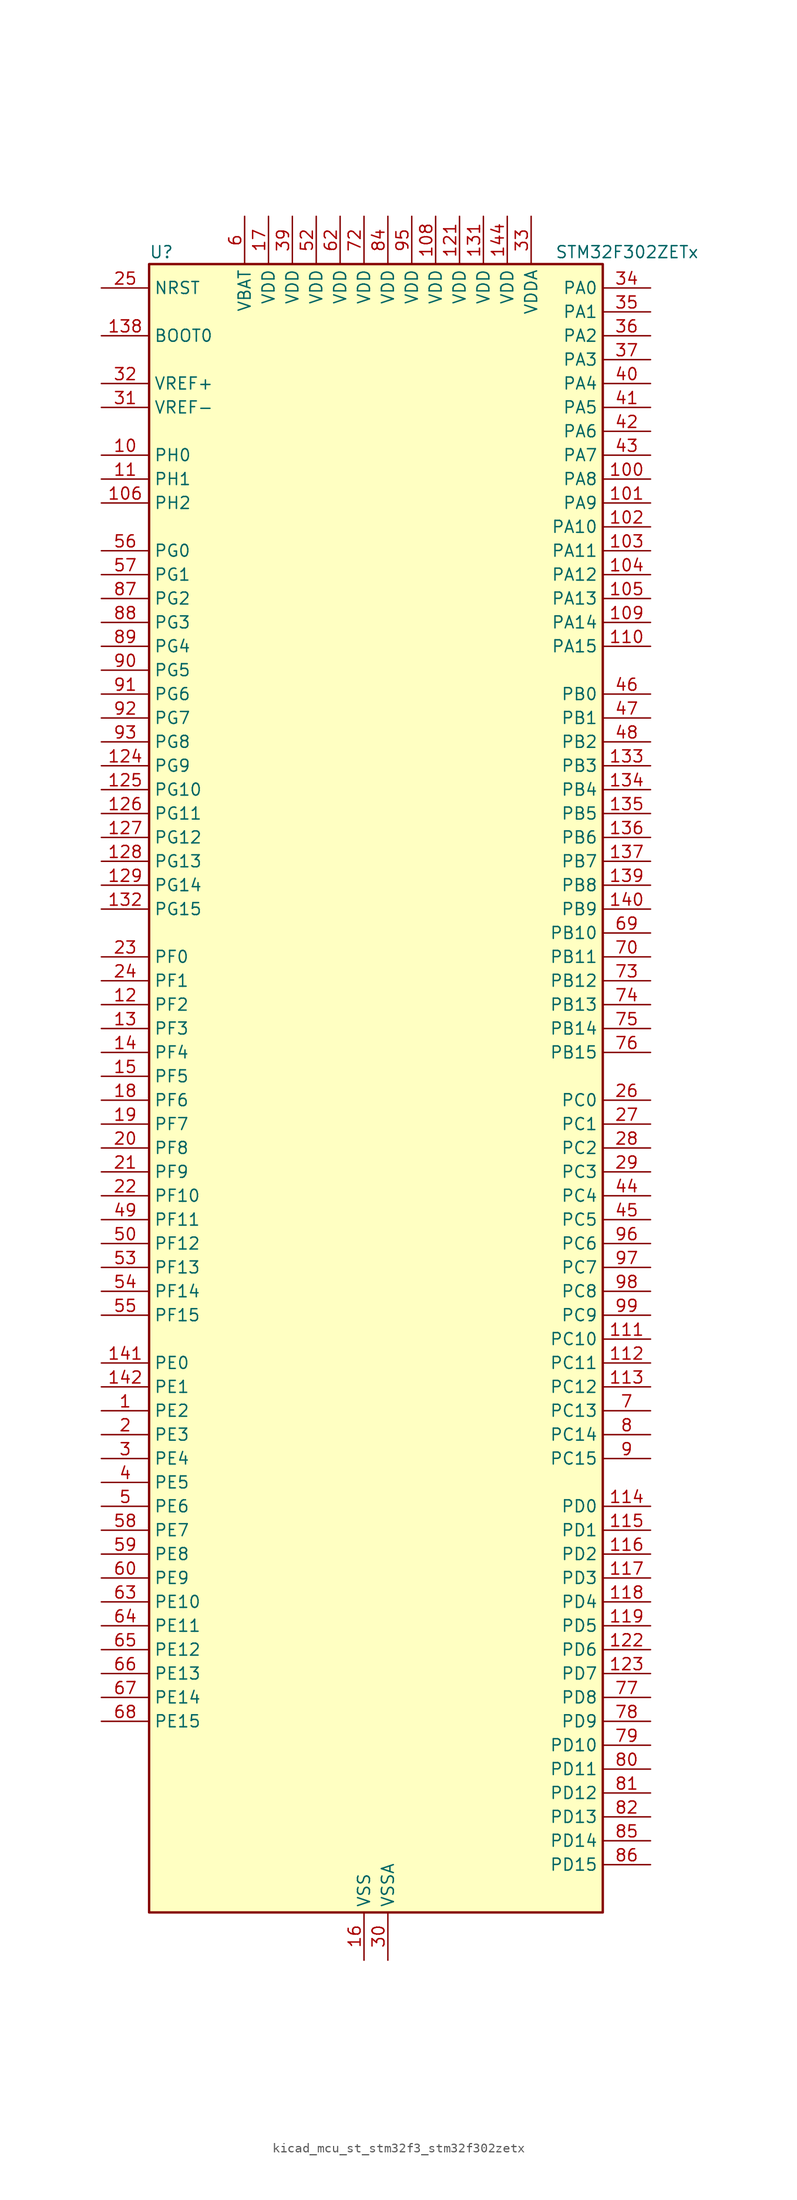
<source format=kicad_sym>
(kicad_symbol_lib
  (version 20220914)
  (generator kicad_symbol_editor)
  (symbol "kicad_mcu_st_stm32f3_stm32f302zetx"
    (property "Reference" "U"
      (at -22.86 90.17 0)
      (effects (font (size 1.27 1.27)) (justify left)))
    (property "Value" "STM32F302ZETx"
      (at 20.32 90.17 0)
      (effects (font (size 1.27 1.27)) (justify left)))
    (property "ki_locked" ""
      (at 0 0 0)
      (effects (font (size 1.27 1.27))))
    (symbol "kicad_mcu_st_stm32f3_stm32f302zetx_0_1"
      (rectangle (start -22.86 -86.36) (end 25.4 88.9) (stroke (width 0.254) (type default)) (fill (type background))))
    (symbol "kicad_mcu_st_stm32f3_stm32f302zetx_1_1"
      (pin bidirectional line (at -27.94 -33.02 0) (length 5.08) (name "PE2" (effects (font (size 1.27 1.27)))) (number "1" (effects (font (size 1.27 1.27)))) (alternate "FMC_A23" bidirectional line) (alternate "SPI4_SCK" bidirectional line) (alternate "SYS_TRACECK" bidirectional line) (alternate "TIM3_CH1" bidirectional line) (alternate "TSC_G7_IO1" bidirectional line))
      (pin bidirectional line (at -27.94 68.58 0) (length 5.08) (name "PH0" (effects (font (size 1.27 1.27)))) (number "10" (effects (font (size 1.27 1.27)))) (alternate "FMC_A0" bidirectional line))
      (pin bidirectional line (at 30.48 66.04 180) (length 5.08) (name "PA8" (effects (font (size 1.27 1.27)))) (number "100" (effects (font (size 1.27 1.27)))) (alternate "I2C2_SMBA" bidirectional line) (alternate "I2C3_SCL" bidirectional line) (alternate "I2S2_MCK" bidirectional line) (alternate "RCC_MCO" bidirectional line) (alternate "TIM1_CH1" bidirectional line) (alternate "TIM4_ETR" bidirectional line) (alternate "USART1_CK" bidirectional line))
      (pin bidirectional line (at 30.48 63.5 180) (length 5.08) (name "PA9" (effects (font (size 1.27 1.27)))) (number "101" (effects (font (size 1.27 1.27)))) (alternate "DAC1_EXTI9" bidirectional line) (alternate "I2C2_SCL" bidirectional line) (alternate "I2C3_SMBA" bidirectional line) (alternate "I2S3_MCK" bidirectional line) (alternate "TIM15_BKIN" bidirectional line) (alternate "TIM1_CH2" bidirectional line) (alternate "TIM2_CH3" bidirectional line) (alternate "TSC_G4_IO1" bidirectional line) (alternate "USART1_TX" bidirectional line))
      (pin bidirectional line (at 30.48 60.96 180) (length 5.08) (name "PA10" (effects (font (size 1.27 1.27)))) (number "102" (effects (font (size 1.27 1.27)))) (alternate "COMP6_OUT" bidirectional line) (alternate "I2C2_SDA" bidirectional line) (alternate "I2S2_ext_SD" bidirectional line) (alternate "SPI2_MISO" bidirectional line) (alternate "TIM17_BKIN" bidirectional line) (alternate "TIM1_CH3" bidirectional line) (alternate "TIM2_CH4" bidirectional line) (alternate "TSC_G4_IO2" bidirectional line) (alternate "USART1_RX" bidirectional line))
      (pin bidirectional line (at 30.48 58.42 180) (length 5.08) (name "PA11" (effects (font (size 1.27 1.27)))) (number "103" (effects (font (size 1.27 1.27)))) (alternate "ADC1_EXTI11" bidirectional line) (alternate "ADC2_EXTI11" bidirectional line) (alternate "CAN_RX" bidirectional line) (alternate "COMP1_OUT" bidirectional line) (alternate "I2S2_SD" bidirectional line) (alternate "SPI2_MOSI" bidirectional line) (alternate "TIM1_BKIN2" bidirectional line) (alternate "TIM1_CH1N" bidirectional line) (alternate "TIM1_CH4" bidirectional line) (alternate "TIM4_CH1" bidirectional line) (alternate "USART1_CTS" bidirectional line) (alternate "USB_DM" bidirectional line))
      (pin bidirectional line (at 30.48 55.88 180) (length 5.08) (name "PA12" (effects (font (size 1.27 1.27)))) (number "104" (effects (font (size 1.27 1.27)))) (alternate "CAN_TX" bidirectional line) (alternate "COMP2_OUT" bidirectional line) (alternate "I2S_CKIN" bidirectional line) (alternate "TIM16_CH1" bidirectional line) (alternate "TIM1_CH2N" bidirectional line) (alternate "TIM1_ETR" bidirectional line) (alternate "TIM4_CH2" bidirectional line) (alternate "USART1_DE" bidirectional line) (alternate "USART1_RTS" bidirectional line) (alternate "USB_DP" bidirectional line))
      (pin bidirectional line (at 30.48 53.34 180) (length 5.08) (name "PA13" (effects (font (size 1.27 1.27)))) (number "105" (effects (font (size 1.27 1.27)))) (alternate "IR_OUT" bidirectional line) (alternate "SYS_JTMS-SWDIO" bidirectional line) (alternate "TIM16_CH1N" bidirectional line) (alternate "TIM4_CH3" bidirectional line) (alternate "TSC_G4_IO3" bidirectional line) (alternate "USART3_CTS" bidirectional line))
      (pin bidirectional line (at -27.94 63.5 0) (length 5.08) (name "PH2" (effects (font (size 1.27 1.27)))) (number "106" (effects (font (size 1.27 1.27)))))
      (pin passive line (at 0 -91.44 90) (length 5.08) hide (name "VSS" (effects (font (size 1.27 1.27)))) (number "107" (effects (font (size 1.27 1.27)))))
      (pin power_in line (at 7.62 93.98 270) (length 5.08) (name "VDD" (effects (font (size 1.27 1.27)))) (number "108" (effects (font (size 1.27 1.27)))))
      (pin bidirectional line (at 30.48 50.8 180) (length 5.08) (name "PA14" (effects (font (size 1.27 1.27)))) (number "109" (effects (font (size 1.27 1.27)))) (alternate "I2C1_SDA" bidirectional line) (alternate "SYS_JTCK-SWCLK" bidirectional line) (alternate "TIM1_BKIN" bidirectional line) (alternate "TSC_G4_IO4" bidirectional line) (alternate "USART2_TX" bidirectional line))
      (pin bidirectional line (at -27.94 66.04 0) (length 5.08) (name "PH1" (effects (font (size 1.27 1.27)))) (number "11" (effects (font (size 1.27 1.27)))) (alternate "FMC_A1" bidirectional line))
      (pin bidirectional line (at 30.48 48.26 180) (length 5.08) (name "PA15" (effects (font (size 1.27 1.27)))) (number "110" (effects (font (size 1.27 1.27)))) (alternate "ADC1_EXTI15" bidirectional line) (alternate "ADC2_EXTI15" bidirectional line) (alternate "I2C1_SCL" bidirectional line) (alternate "I2S3_WS" bidirectional line) (alternate "SPI1_NSS" bidirectional line) (alternate "SPI3_NSS" bidirectional line) (alternate "SYS_JTDI" bidirectional line) (alternate "TIM1_BKIN" bidirectional line) (alternate "TIM2_CH1" bidirectional line) (alternate "TIM2_ETR" bidirectional line) (alternate "TSC_SYNC" bidirectional line) (alternate "USART2_RX" bidirectional line))
      (pin bidirectional line (at 30.48 -25.4 180) (length 5.08) (name "PC10" (effects (font (size 1.27 1.27)))) (number "111" (effects (font (size 1.27 1.27)))) (alternate "I2S3_CK" bidirectional line) (alternate "SPI3_SCK" bidirectional line) (alternate "UART4_TX" bidirectional line) (alternate "USART3_TX" bidirectional line))
      (pin bidirectional line (at 30.48 -27.94 180) (length 5.08) (name "PC11" (effects (font (size 1.27 1.27)))) (number "112" (effects (font (size 1.27 1.27)))) (alternate "ADC1_EXTI11" bidirectional line) (alternate "ADC2_EXTI11" bidirectional line) (alternate "I2S3_ext_SD" bidirectional line) (alternate "SPI3_MISO" bidirectional line) (alternate "UART4_RX" bidirectional line) (alternate "USART3_RX" bidirectional line))
      (pin bidirectional line (at 30.48 -30.48 180) (length 5.08) (name "PC12" (effects (font (size 1.27 1.27)))) (number "113" (effects (font (size 1.27 1.27)))) (alternate "I2S3_SD" bidirectional line) (alternate "SPI3_MOSI" bidirectional line) (alternate "UART5_TX" bidirectional line) (alternate "USART3_CK" bidirectional line))
      (pin bidirectional line (at 30.48 -43.18 180) (length 5.08) (name "PD0" (effects (font (size 1.27 1.27)))) (number "114" (effects (font (size 1.27 1.27)))) (alternate "CAN_RX" bidirectional line) (alternate "FMC_D2" bidirectional line) (alternate "FMC_DA2" bidirectional line))
      (pin bidirectional line (at 30.48 -45.72 180) (length 5.08) (name "PD1" (effects (font (size 1.27 1.27)))) (number "115" (effects (font (size 1.27 1.27)))) (alternate "CAN_TX" bidirectional line) (alternate "FMC_D3" bidirectional line) (alternate "FMC_DA3" bidirectional line))
      (pin bidirectional line (at 30.48 -48.26 180) (length 5.08) (name "PD2" (effects (font (size 1.27 1.27)))) (number "116" (effects (font (size 1.27 1.27)))) (alternate "TIM3_ETR" bidirectional line) (alternate "UART5_RX" bidirectional line))
      (pin bidirectional line (at 30.48 -50.8 180) (length 5.08) (name "PD3" (effects (font (size 1.27 1.27)))) (number "117" (effects (font (size 1.27 1.27)))) (alternate "FMC_CLK" bidirectional line) (alternate "TIM2_CH1" bidirectional line) (alternate "TIM2_ETR" bidirectional line) (alternate "USART2_CTS" bidirectional line))
      (pin bidirectional line (at 30.48 -53.34 180) (length 5.08) (name "PD4" (effects (font (size 1.27 1.27)))) (number "118" (effects (font (size 1.27 1.27)))) (alternate "FMC_NOE" bidirectional line) (alternate "TIM2_CH2" bidirectional line) (alternate "USART2_DE" bidirectional line) (alternate "USART2_RTS" bidirectional line))
      (pin bidirectional line (at 30.48 -55.88 180) (length 5.08) (name "PD5" (effects (font (size 1.27 1.27)))) (number "119" (effects (font (size 1.27 1.27)))) (alternate "FMC_NWE" bidirectional line) (alternate "USART2_TX" bidirectional line))
      (pin bidirectional line (at -27.94 10.16 0) (length 5.08) (name "PF2" (effects (font (size 1.27 1.27)))) (number "12" (effects (font (size 1.27 1.27)))) (alternate "ADC1_IN10" bidirectional line) (alternate "ADC2_IN10" bidirectional line) (alternate "FMC_A2" bidirectional line))
      (pin passive line (at 0 -91.44 90) (length 5.08) hide (name "VSS" (effects (font (size 1.27 1.27)))) (number "120" (effects (font (size 1.27 1.27)))))
      (pin power_in line (at 10.16 93.98 270) (length 5.08) (name "VDD" (effects (font (size 1.27 1.27)))) (number "121" (effects (font (size 1.27 1.27)))))
      (pin bidirectional line (at 30.48 -58.42 180) (length 5.08) (name "PD6" (effects (font (size 1.27 1.27)))) (number "122" (effects (font (size 1.27 1.27)))) (alternate "FMC_NWAIT" bidirectional line) (alternate "TIM2_CH4" bidirectional line) (alternate "USART2_RX" bidirectional line))
      (pin bidirectional line (at 30.48 -60.96 180) (length 5.08) (name "PD7" (effects (font (size 1.27 1.27)))) (number "123" (effects (font (size 1.27 1.27)))) (alternate "FMC_NCE2" bidirectional line) (alternate "FMC_NE1" bidirectional line) (alternate "TIM2_CH3" bidirectional line) (alternate "USART2_CK" bidirectional line))
      (pin bidirectional line (at -27.94 35.56 0) (length 5.08) (name "PG9" (effects (font (size 1.27 1.27)))) (number "124" (effects (font (size 1.27 1.27)))) (alternate "DAC1_EXTI9" bidirectional line) (alternate "FMC_NCE3" bidirectional line) (alternate "FMC_NE2" bidirectional line))
      (pin bidirectional line (at -27.94 33.02 0) (length 5.08) (name "PG10" (effects (font (size 1.27 1.27)))) (number "125" (effects (font (size 1.27 1.27)))) (alternate "FMC_NCE4_1" bidirectional line) (alternate "FMC_NE3" bidirectional line))
      (pin bidirectional line (at -27.94 30.48 0) (length 5.08) (name "PG11" (effects (font (size 1.27 1.27)))) (number "126" (effects (font (size 1.27 1.27)))) (alternate "ADC1_EXTI11" bidirectional line) (alternate "ADC2_EXTI11" bidirectional line) (alternate "FMC_NCE4_2" bidirectional line))
      (pin bidirectional line (at -27.94 27.94 0) (length 5.08) (name "PG12" (effects (font (size 1.27 1.27)))) (number "127" (effects (font (size 1.27 1.27)))) (alternate "FMC_NE4" bidirectional line))
      (pin bidirectional line (at -27.94 25.4 0) (length 5.08) (name "PG13" (effects (font (size 1.27 1.27)))) (number "128" (effects (font (size 1.27 1.27)))) (alternate "FMC_A24" bidirectional line))
      (pin bidirectional line (at -27.94 22.86 0) (length 5.08) (name "PG14" (effects (font (size 1.27 1.27)))) (number "129" (effects (font (size 1.27 1.27)))) (alternate "FMC_A25" bidirectional line))
      (pin bidirectional line (at -27.94 7.62 0) (length 5.08) (name "PF3" (effects (font (size 1.27 1.27)))) (number "13" (effects (font (size 1.27 1.27)))) (alternate "FMC_A3" bidirectional line))
      (pin passive line (at 0 -91.44 90) (length 5.08) hide (name "VSS" (effects (font (size 1.27 1.27)))) (number "130" (effects (font (size 1.27 1.27)))))
      (pin power_in line (at 12.7 93.98 270) (length 5.08) (name "VDD" (effects (font (size 1.27 1.27)))) (number "131" (effects (font (size 1.27 1.27)))))
      (pin bidirectional line (at -27.94 20.32 0) (length 5.08) (name "PG15" (effects (font (size 1.27 1.27)))) (number "132" (effects (font (size 1.27 1.27)))) (alternate "ADC1_EXTI15" bidirectional line) (alternate "ADC2_EXTI15" bidirectional line))
      (pin bidirectional line (at 30.48 35.56 180) (length 5.08) (name "PB3" (effects (font (size 1.27 1.27)))) (number "133" (effects (font (size 1.27 1.27)))) (alternate "I2S3_CK" bidirectional line) (alternate "SPI1_SCK" bidirectional line) (alternate "SPI3_SCK" bidirectional line) (alternate "SYS_JTDO-TRACESWO" bidirectional line) (alternate "TIM2_CH2" bidirectional line) (alternate "TIM3_ETR" bidirectional line) (alternate "TIM4_ETR" bidirectional line) (alternate "TSC_G5_IO1" bidirectional line) (alternate "USART2_TX" bidirectional line))
      (pin bidirectional line (at 30.48 33.02 180) (length 5.08) (name "PB4" (effects (font (size 1.27 1.27)))) (number "134" (effects (font (size 1.27 1.27)))) (alternate "I2S3_ext_SD" bidirectional line) (alternate "SPI1_MISO" bidirectional line) (alternate "SPI3_MISO" bidirectional line) (alternate "SYS_NJTRST" bidirectional line) (alternate "TIM16_CH1" bidirectional line) (alternate "TIM17_BKIN" bidirectional line) (alternate "TIM3_CH1" bidirectional line) (alternate "TSC_G5_IO2" bidirectional line) (alternate "USART2_RX" bidirectional line))
      (pin bidirectional line (at 30.48 30.48 180) (length 5.08) (name "PB5" (effects (font (size 1.27 1.27)))) (number "135" (effects (font (size 1.27 1.27)))) (alternate "I2C1_SMBA" bidirectional line) (alternate "I2C3_SDA" bidirectional line) (alternate "I2S3_SD" bidirectional line) (alternate "SPI1_MOSI" bidirectional line) (alternate "SPI3_MOSI" bidirectional line) (alternate "TIM16_BKIN" bidirectional line) (alternate "TIM17_CH1" bidirectional line) (alternate "TIM3_CH2" bidirectional line) (alternate "USART2_CK" bidirectional line))
      (pin bidirectional line (at 30.48 27.94 180) (length 5.08) (name "PB6" (effects (font (size 1.27 1.27)))) (number "136" (effects (font (size 1.27 1.27)))) (alternate "I2C1_SCL" bidirectional line) (alternate "TIM16_CH1N" bidirectional line) (alternate "TIM4_CH1" bidirectional line) (alternate "TSC_G5_IO3" bidirectional line) (alternate "USART1_TX" bidirectional line))
      (pin bidirectional line (at 30.48 25.4 180) (length 5.08) (name "PB7" (effects (font (size 1.27 1.27)))) (number "137" (effects (font (size 1.27 1.27)))) (alternate "FMC_NL" bidirectional line) (alternate "I2C1_SDA" bidirectional line) (alternate "TIM17_CH1N" bidirectional line) (alternate "TIM3_CH4" bidirectional line) (alternate "TIM4_CH2" bidirectional line) (alternate "TSC_G5_IO4" bidirectional line) (alternate "USART1_RX" bidirectional line))
      (pin input line (at -27.94 81.28 0) (length 5.08) (name "BOOT0" (effects (font (size 1.27 1.27)))) (number "138" (effects (font (size 1.27 1.27)))))
      (pin bidirectional line (at 30.48 22.86 180) (length 5.08) (name "PB8" (effects (font (size 1.27 1.27)))) (number "139" (effects (font (size 1.27 1.27)))) (alternate "CAN_RX" bidirectional line) (alternate "COMP1_OUT" bidirectional line) (alternate "I2C1_SCL" bidirectional line) (alternate "TIM16_CH1" bidirectional line) (alternate "TIM1_BKIN" bidirectional line) (alternate "TIM4_CH3" bidirectional line) (alternate "TSC_SYNC" bidirectional line) (alternate "USART3_RX" bidirectional line))
      (pin bidirectional line (at -27.94 5.08 0) (length 5.08) (name "PF4" (effects (font (size 1.27 1.27)))) (number "14" (effects (font (size 1.27 1.27)))) (alternate "ADC1_IN5" bidirectional line) (alternate "COMP1_OUT" bidirectional line) (alternate "FMC_A4" bidirectional line))
      (pin bidirectional line (at 30.48 20.32 180) (length 5.08) (name "PB9" (effects (font (size 1.27 1.27)))) (number "140" (effects (font (size 1.27 1.27)))) (alternate "CAN_TX" bidirectional line) (alternate "COMP2_OUT" bidirectional line) (alternate "DAC1_EXTI9" bidirectional line) (alternate "I2C1_SDA" bidirectional line) (alternate "IR_OUT" bidirectional line) (alternate "TIM17_CH1" bidirectional line) (alternate "TIM4_CH4" bidirectional line) (alternate "USART3_TX" bidirectional line))
      (pin bidirectional line (at -27.94 -27.94 0) (length 5.08) (name "PE0" (effects (font (size 1.27 1.27)))) (number "141" (effects (font (size 1.27 1.27)))) (alternate "FMC_NBL0" bidirectional line) (alternate "TIM16_CH1" bidirectional line) (alternate "TIM4_ETR" bidirectional line) (alternate "USART1_TX" bidirectional line))
      (pin bidirectional line (at -27.94 -30.48 0) (length 5.08) (name "PE1" (effects (font (size 1.27 1.27)))) (number "142" (effects (font (size 1.27 1.27)))) (alternate "FMC_NBL1" bidirectional line) (alternate "TIM17_CH1" bidirectional line) (alternate "USART1_RX" bidirectional line))
      (pin passive line (at 0 -91.44 90) (length 5.08) hide (name "VSS" (effects (font (size 1.27 1.27)))) (number "143" (effects (font (size 1.27 1.27)))))
      (pin power_in line (at 15.24 93.98 270) (length 5.08) (name "VDD" (effects (font (size 1.27 1.27)))) (number "144" (effects (font (size 1.27 1.27)))))
      (pin bidirectional line (at -27.94 2.54 0) (length 5.08) (name "PF5" (effects (font (size 1.27 1.27)))) (number "15" (effects (font (size 1.27 1.27)))) (alternate "FMC_A5" bidirectional line))
      (pin power_in line (at 0 -91.44 90) (length 5.08) (name "VSS" (effects (font (size 1.27 1.27)))) (number "16" (effects (font (size 1.27 1.27)))))
      (pin power_in line (at -10.16 93.98 270) (length 5.08) (name "VDD" (effects (font (size 1.27 1.27)))) (number "17" (effects (font (size 1.27 1.27)))))
      (pin bidirectional line (at -27.94 0 0) (length 5.08) (name "PF6" (effects (font (size 1.27 1.27)))) (number "18" (effects (font (size 1.27 1.27)))) (alternate "FMC_NIORD" bidirectional line) (alternate "I2C2_SCL" bidirectional line) (alternate "TIM4_CH4" bidirectional line) (alternate "USART3_DE" bidirectional line) (alternate "USART3_RTS" bidirectional line))
      (pin bidirectional line (at -27.94 -2.54 0) (length 5.08) (name "PF7" (effects (font (size 1.27 1.27)))) (number "19" (effects (font (size 1.27 1.27)))) (alternate "FMC_NREG" bidirectional line))
      (pin bidirectional line (at -27.94 -35.56 0) (length 5.08) (name "PE3" (effects (font (size 1.27 1.27)))) (number "2" (effects (font (size 1.27 1.27)))) (alternate "FMC_A19" bidirectional line) (alternate "SPI4_NSS" bidirectional line) (alternate "SYS_TRACED0" bidirectional line) (alternate "TIM3_CH2" bidirectional line) (alternate "TSC_G7_IO2" bidirectional line))
      (pin bidirectional line (at -27.94 -5.08 0) (length 5.08) (name "PF8" (effects (font (size 1.27 1.27)))) (number "20" (effects (font (size 1.27 1.27)))) (alternate "FMC_NIOWR" bidirectional line))
      (pin bidirectional line (at -27.94 -7.62 0) (length 5.08) (name "PF9" (effects (font (size 1.27 1.27)))) (number "21" (effects (font (size 1.27 1.27)))) (alternate "DAC1_EXTI9" bidirectional line) (alternate "FMC_CD" bidirectional line) (alternate "SPI2_SCK" bidirectional line) (alternate "TIM15_CH1" bidirectional line))
      (pin bidirectional line (at -27.94 -10.16 0) (length 5.08) (name "PF10" (effects (font (size 1.27 1.27)))) (number "22" (effects (font (size 1.27 1.27)))) (alternate "FMC_INTR" bidirectional line) (alternate "SPI2_SCK" bidirectional line) (alternate "TIM15_CH2" bidirectional line))
      (pin bidirectional line (at -27.94 15.24 0) (length 5.08) (name "PF0" (effects (font (size 1.27 1.27)))) (number "23" (effects (font (size 1.27 1.27)))) (alternate "I2C2_SDA" bidirectional line) (alternate "I2S2_WS" bidirectional line) (alternate "RCC_OSC_IN" bidirectional line) (alternate "SPI2_NSS" bidirectional line) (alternate "TIM1_CH3N" bidirectional line))
      (pin bidirectional line (at -27.94 12.7 0) (length 5.08) (name "PF1" (effects (font (size 1.27 1.27)))) (number "24" (effects (font (size 1.27 1.27)))) (alternate "I2C2_SCL" bidirectional line) (alternate "I2S2_CK" bidirectional line) (alternate "RCC_OSC_OUT" bidirectional line) (alternate "SPI2_SCK" bidirectional line))
      (pin input line (at -27.94 86.36 0) (length 5.08) (name "NRST" (effects (font (size 1.27 1.27)))) (number "25" (effects (font (size 1.27 1.27)))))
      (pin bidirectional line (at 30.48 0 180) (length 5.08) (name "PC0" (effects (font (size 1.27 1.27)))) (number "26" (effects (font (size 1.27 1.27)))) (alternate "ADC1_IN6" bidirectional line) (alternate "ADC2_IN6" bidirectional line) (alternate "TIM1_CH1" bidirectional line))
      (pin bidirectional line (at 30.48 -2.54 180) (length 5.08) (name "PC1" (effects (font (size 1.27 1.27)))) (number "27" (effects (font (size 1.27 1.27)))) (alternate "ADC1_IN7" bidirectional line) (alternate "ADC2_IN7" bidirectional line) (alternate "TIM1_CH2" bidirectional line))
      (pin bidirectional line (at 30.48 -5.08 180) (length 5.08) (name "PC2" (effects (font (size 1.27 1.27)))) (number "28" (effects (font (size 1.27 1.27)))) (alternate "ADC1_IN8" bidirectional line) (alternate "ADC2_IN8" bidirectional line) (alternate "TIM1_CH3" bidirectional line))
      (pin bidirectional line (at 30.48 -7.62 180) (length 5.08) (name "PC3" (effects (font (size 1.27 1.27)))) (number "29" (effects (font (size 1.27 1.27)))) (alternate "ADC1_IN9" bidirectional line) (alternate "ADC2_IN9" bidirectional line) (alternate "TIM1_BKIN2" bidirectional line) (alternate "TIM1_CH4" bidirectional line))
      (pin bidirectional line (at -27.94 -38.1 0) (length 5.08) (name "PE4" (effects (font (size 1.27 1.27)))) (number "3" (effects (font (size 1.27 1.27)))) (alternate "FMC_A20" bidirectional line) (alternate "SPI4_NSS" bidirectional line) (alternate "SYS_TRACED1" bidirectional line) (alternate "TIM3_CH3" bidirectional line) (alternate "TSC_G7_IO3" bidirectional line))
      (pin power_in line (at 2.54 -91.44 90) (length 5.08) (name "VSSA" (effects (font (size 1.27 1.27)))) (number "30" (effects (font (size 1.27 1.27)))))
      (pin input line (at -27.94 73.66 0) (length 5.08) (name "VREF-" (effects (font (size 1.27 1.27)))) (number "31" (effects (font (size 1.27 1.27)))))
      (pin input line (at -27.94 76.2 0) (length 5.08) (name "VREF+" (effects (font (size 1.27 1.27)))) (number "32" (effects (font (size 1.27 1.27)))))
      (pin power_in line (at 17.78 93.98 270) (length 5.08) (name "VDDA" (effects (font (size 1.27 1.27)))) (number "33" (effects (font (size 1.27 1.27)))))
      (pin bidirectional line (at 30.48 86.36 180) (length 5.08) (name "PA0" (effects (font (size 1.27 1.27)))) (number "34" (effects (font (size 1.27 1.27)))) (alternate "ADC1_IN1" bidirectional line) (alternate "COMP1_INM" bidirectional line) (alternate "COMP1_OUT" bidirectional line) (alternate "RTC_TAMP2" bidirectional line) (alternate "SYS_WKUP1" bidirectional line) (alternate "TIM2_CH1" bidirectional line) (alternate "TIM2_ETR" bidirectional line) (alternate "TSC_G1_IO1" bidirectional line) (alternate "USART2_CTS" bidirectional line))
      (pin bidirectional line (at 30.48 83.82 180) (length 5.08) (name "PA1" (effects (font (size 1.27 1.27)))) (number "35" (effects (font (size 1.27 1.27)))) (alternate "ADC1_IN2" bidirectional line) (alternate "COMP1_INP" bidirectional line) (alternate "OPAMP1_VINP" bidirectional line) (alternate "OPAMP1_VINP_SEC" bidirectional line) (alternate "RTC_REFIN" bidirectional line) (alternate "TIM15_CH1N" bidirectional line) (alternate "TIM2_CH2" bidirectional line) (alternate "TSC_G1_IO2" bidirectional line) (alternate "USART2_DE" bidirectional line) (alternate "USART2_RTS" bidirectional line))
      (pin bidirectional line (at 30.48 81.28 180) (length 5.08) (name "PA2" (effects (font (size 1.27 1.27)))) (number "36" (effects (font (size 1.27 1.27)))) (alternate "ADC1_IN3" bidirectional line) (alternate "COMP2_INM" bidirectional line) (alternate "COMP2_OUT" bidirectional line) (alternate "OPAMP1_VOUT" bidirectional line) (alternate "TIM15_CH1" bidirectional line) (alternate "TIM2_CH3" bidirectional line) (alternate "TSC_G1_IO3" bidirectional line) (alternate "USART2_TX" bidirectional line))
      (pin bidirectional line (at 30.48 78.74 180) (length 5.08) (name "PA3" (effects (font (size 1.27 1.27)))) (number "37" (effects (font (size 1.27 1.27)))) (alternate "ADC1_IN4" bidirectional line) (alternate "OPAMP1_VINM" bidirectional line) (alternate "OPAMP1_VINM_SEC" bidirectional line) (alternate "OPAMP1_VINP" bidirectional line) (alternate "OPAMP1_VINP_SEC" bidirectional line) (alternate "TIM15_CH2" bidirectional line) (alternate "TIM2_CH4" bidirectional line) (alternate "TSC_G1_IO4" bidirectional line) (alternate "USART2_RX" bidirectional line))
      (pin passive line (at 0 -91.44 90) (length 5.08) hide (name "VSS" (effects (font (size 1.27 1.27)))) (number "38" (effects (font (size 1.27 1.27)))))
      (pin power_in line (at -7.62 93.98 270) (length 5.08) (name "VDD" (effects (font (size 1.27 1.27)))) (number "39" (effects (font (size 1.27 1.27)))))
      (pin bidirectional line (at -27.94 -40.64 0) (length 5.08) (name "PE5" (effects (font (size 1.27 1.27)))) (number "4" (effects (font (size 1.27 1.27)))) (alternate "FMC_A21" bidirectional line) (alternate "SPI4_MISO" bidirectional line) (alternate "SYS_TRACED2" bidirectional line) (alternate "TIM3_CH4" bidirectional line) (alternate "TSC_G7_IO4" bidirectional line))
      (pin bidirectional line (at 30.48 76.2 180) (length 5.08) (name "PA4" (effects (font (size 1.27 1.27)))) (number "40" (effects (font (size 1.27 1.27)))) (alternate "ADC2_IN1" bidirectional line) (alternate "COMP1_INM" bidirectional line) (alternate "COMP2_INM" bidirectional line) (alternate "COMP4_INM" bidirectional line) (alternate "COMP6_INM" bidirectional line) (alternate "DAC1_OUT1" bidirectional line) (alternate "I2S3_WS" bidirectional line) (alternate "SPI1_NSS" bidirectional line) (alternate "SPI3_NSS" bidirectional line) (alternate "TIM3_CH2" bidirectional line) (alternate "TSC_G2_IO1" bidirectional line) (alternate "USART2_CK" bidirectional line))
      (pin bidirectional line (at 30.48 73.66 180) (length 5.08) (name "PA5" (effects (font (size 1.27 1.27)))) (number "41" (effects (font (size 1.27 1.27)))) (alternate "ADC2_IN2" bidirectional line) (alternate "COMP1_INM" bidirectional line) (alternate "COMP2_INM" bidirectional line) (alternate "COMP4_INM" bidirectional line) (alternate "COMP6_INM" bidirectional line) (alternate "OPAMP1_VINP" bidirectional line) (alternate "OPAMP1_VINP_SEC" bidirectional line) (alternate "OPAMP2_VINM" bidirectional line) (alternate "OPAMP2_VINM_SEC" bidirectional line) (alternate "SPI1_SCK" bidirectional line) (alternate "TIM2_CH1" bidirectional line) (alternate "TIM2_ETR" bidirectional line) (alternate "TSC_G2_IO2" bidirectional line))
      (pin bidirectional line (at 30.48 71.12 180) (length 5.08) (name "PA6" (effects (font (size 1.27 1.27)))) (number "42" (effects (font (size 1.27 1.27)))) (alternate "ADC2_IN3" bidirectional line) (alternate "COMP1_OUT" bidirectional line) (alternate "OPAMP2_VOUT" bidirectional line) (alternate "SPI1_MISO" bidirectional line) (alternate "TIM16_CH1" bidirectional line) (alternate "TIM1_BKIN" bidirectional line) (alternate "TIM3_CH1" bidirectional line) (alternate "TSC_G2_IO3" bidirectional line))
      (pin bidirectional line (at 30.48 68.58 180) (length 5.08) (name "PA7" (effects (font (size 1.27 1.27)))) (number "43" (effects (font (size 1.27 1.27)))) (alternate "ADC2_IN4" bidirectional line) (alternate "COMP2_INP" bidirectional line) (alternate "OPAMP1_VINP" bidirectional line) (alternate "OPAMP1_VINP_SEC" bidirectional line) (alternate "OPAMP2_VINP" bidirectional line) (alternate "OPAMP2_VINP_SEC" bidirectional line) (alternate "SPI1_MOSI" bidirectional line) (alternate "TIM17_CH1" bidirectional line) (alternate "TIM1_CH1N" bidirectional line) (alternate "TIM3_CH2" bidirectional line) (alternate "TSC_G2_IO4" bidirectional line))
      (pin bidirectional line (at 30.48 -10.16 180) (length 5.08) (name "PC4" (effects (font (size 1.27 1.27)))) (number "44" (effects (font (size 1.27 1.27)))) (alternate "ADC2_IN5" bidirectional line) (alternate "TIM1_ETR" bidirectional line) (alternate "USART1_TX" bidirectional line))
      (pin bidirectional line (at 30.48 -12.7 180) (length 5.08) (name "PC5" (effects (font (size 1.27 1.27)))) (number "45" (effects (font (size 1.27 1.27)))) (alternate "ADC2_IN11" bidirectional line) (alternate "OPAMP1_VINM" bidirectional line) (alternate "OPAMP1_VINM_SEC" bidirectional line) (alternate "OPAMP2_VINM" bidirectional line) (alternate "OPAMP2_VINM_SEC" bidirectional line) (alternate "TIM15_BKIN" bidirectional line) (alternate "TSC_G3_IO1" bidirectional line) (alternate "USART1_RX" bidirectional line))
      (pin bidirectional line (at 30.48 43.18 180) (length 5.08) (name "PB0" (effects (font (size 1.27 1.27)))) (number "46" (effects (font (size 1.27 1.27)))) (alternate "COMP4_INP" bidirectional line) (alternate "OPAMP2_VINP" bidirectional line) (alternate "OPAMP2_VINP_SEC" bidirectional line) (alternate "TIM1_CH2N" bidirectional line) (alternate "TIM3_CH3" bidirectional line) (alternate "TSC_G3_IO2" bidirectional line))
      (pin bidirectional line (at 30.48 40.64 180) (length 5.08) (name "PB1" (effects (font (size 1.27 1.27)))) (number "47" (effects (font (size 1.27 1.27)))) (alternate "COMP4_OUT" bidirectional line) (alternate "TIM1_CH3N" bidirectional line) (alternate "TIM3_CH4" bidirectional line) (alternate "TSC_G3_IO3" bidirectional line))
      (pin bidirectional line (at 30.48 38.1 180) (length 5.08) (name "PB2" (effects (font (size 1.27 1.27)))) (number "48" (effects (font (size 1.27 1.27)))) (alternate "ADC2_IN12" bidirectional line) (alternate "COMP4_INM" bidirectional line) (alternate "TSC_G3_IO4" bidirectional line))
      (pin bidirectional line (at -27.94 -12.7 0) (length 5.08) (name "PF11" (effects (font (size 1.27 1.27)))) (number "49" (effects (font (size 1.27 1.27)))) (alternate "ADC1_EXTI11" bidirectional line) (alternate "ADC2_EXTI11" bidirectional line))
      (pin bidirectional line (at -27.94 -43.18 0) (length 5.08) (name "PE6" (effects (font (size 1.27 1.27)))) (number "5" (effects (font (size 1.27 1.27)))) (alternate "FMC_A22" bidirectional line) (alternate "RTC_TAMP3" bidirectional line) (alternate "SPI4_MOSI" bidirectional line) (alternate "SYS_TRACED3" bidirectional line) (alternate "SYS_WKUP3" bidirectional line))
      (pin bidirectional line (at -27.94 -15.24 0) (length 5.08) (name "PF12" (effects (font (size 1.27 1.27)))) (number "50" (effects (font (size 1.27 1.27)))) (alternate "FMC_A6" bidirectional line))
      (pin passive line (at 0 -91.44 90) (length 5.08) hide (name "VSS" (effects (font (size 1.27 1.27)))) (number "51" (effects (font (size 1.27 1.27)))))
      (pin power_in line (at -5.08 93.98 270) (length 5.08) (name "VDD" (effects (font (size 1.27 1.27)))) (number "52" (effects (font (size 1.27 1.27)))))
      (pin bidirectional line (at -27.94 -17.78 0) (length 5.08) (name "PF13" (effects (font (size 1.27 1.27)))) (number "53" (effects (font (size 1.27 1.27)))) (alternate "FMC_A7" bidirectional line))
      (pin bidirectional line (at -27.94 -20.32 0) (length 5.08) (name "PF14" (effects (font (size 1.27 1.27)))) (number "54" (effects (font (size 1.27 1.27)))) (alternate "FMC_A8" bidirectional line))
      (pin bidirectional line (at -27.94 -22.86 0) (length 5.08) (name "PF15" (effects (font (size 1.27 1.27)))) (number "55" (effects (font (size 1.27 1.27)))) (alternate "ADC1_EXTI15" bidirectional line) (alternate "ADC2_EXTI15" bidirectional line) (alternate "FMC_A9" bidirectional line))
      (pin bidirectional line (at -27.94 58.42 0) (length 5.08) (name "PG0" (effects (font (size 1.27 1.27)))) (number "56" (effects (font (size 1.27 1.27)))) (alternate "FMC_A10" bidirectional line))
      (pin bidirectional line (at -27.94 55.88 0) (length 5.08) (name "PG1" (effects (font (size 1.27 1.27)))) (number "57" (effects (font (size 1.27 1.27)))) (alternate "FMC_A11" bidirectional line))
      (pin bidirectional line (at -27.94 -45.72 0) (length 5.08) (name "PE7" (effects (font (size 1.27 1.27)))) (number "58" (effects (font (size 1.27 1.27)))) (alternate "FMC_D4" bidirectional line) (alternate "FMC_DA4" bidirectional line) (alternate "TIM1_ETR" bidirectional line))
      (pin bidirectional line (at -27.94 -48.26 0) (length 5.08) (name "PE8" (effects (font (size 1.27 1.27)))) (number "59" (effects (font (size 1.27 1.27)))) (alternate "COMP4_INM" bidirectional line) (alternate "FMC_D5" bidirectional line) (alternate "FMC_DA5" bidirectional line) (alternate "TIM1_CH1N" bidirectional line))
      (pin power_in line (at -12.7 93.98 270) (length 5.08) (name "VBAT" (effects (font (size 1.27 1.27)))) (number "6" (effects (font (size 1.27 1.27)))))
      (pin bidirectional line (at -27.94 -50.8 0) (length 5.08) (name "PE9" (effects (font (size 1.27 1.27)))) (number "60" (effects (font (size 1.27 1.27)))) (alternate "DAC1_EXTI9" bidirectional line) (alternate "FMC_D6" bidirectional line) (alternate "FMC_DA6" bidirectional line) (alternate "TIM1_CH1" bidirectional line))
      (pin passive line (at 0 -91.44 90) (length 5.08) hide (name "VSS" (effects (font (size 1.27 1.27)))) (number "61" (effects (font (size 1.27 1.27)))))
      (pin power_in line (at -2.54 93.98 270) (length 5.08) (name "VDD" (effects (font (size 1.27 1.27)))) (number "62" (effects (font (size 1.27 1.27)))))
      (pin bidirectional line (at -27.94 -53.34 0) (length 5.08) (name "PE10" (effects (font (size 1.27 1.27)))) (number "63" (effects (font (size 1.27 1.27)))) (alternate "FMC_D7" bidirectional line) (alternate "FMC_DA7" bidirectional line) (alternate "TIM1_CH2N" bidirectional line))
      (pin bidirectional line (at -27.94 -55.88 0) (length 5.08) (name "PE11" (effects (font (size 1.27 1.27)))) (number "64" (effects (font (size 1.27 1.27)))) (alternate "ADC1_EXTI11" bidirectional line) (alternate "ADC2_EXTI11" bidirectional line) (alternate "FMC_D8" bidirectional line) (alternate "FMC_DA8" bidirectional line) (alternate "SPI4_NSS" bidirectional line) (alternate "TIM1_CH2" bidirectional line))
      (pin bidirectional line (at -27.94 -58.42 0) (length 5.08) (name "PE12" (effects (font (size 1.27 1.27)))) (number "65" (effects (font (size 1.27 1.27)))) (alternate "FMC_D9" bidirectional line) (alternate "FMC_DA9" bidirectional line) (alternate "SPI4_SCK" bidirectional line) (alternate "TIM1_CH3N" bidirectional line))
      (pin bidirectional line (at -27.94 -60.96 0) (length 5.08) (name "PE13" (effects (font (size 1.27 1.27)))) (number "66" (effects (font (size 1.27 1.27)))) (alternate "FMC_D10" bidirectional line) (alternate "FMC_DA10" bidirectional line) (alternate "SPI4_MISO" bidirectional line) (alternate "TIM1_CH3" bidirectional line))
      (pin bidirectional line (at -27.94 -63.5 0) (length 5.08) (name "PE14" (effects (font (size 1.27 1.27)))) (number "67" (effects (font (size 1.27 1.27)))) (alternate "FMC_D11" bidirectional line) (alternate "FMC_DA11" bidirectional line) (alternate "SPI4_MOSI" bidirectional line) (alternate "TIM1_BKIN2" bidirectional line) (alternate "TIM1_CH4" bidirectional line))
      (pin bidirectional line (at -27.94 -66.04 0) (length 5.08) (name "PE15" (effects (font (size 1.27 1.27)))) (number "68" (effects (font (size 1.27 1.27)))) (alternate "ADC1_EXTI15" bidirectional line) (alternate "ADC2_EXTI15" bidirectional line) (alternate "FMC_D12" bidirectional line) (alternate "FMC_DA12" bidirectional line) (alternate "TIM1_BKIN" bidirectional line) (alternate "USART3_RX" bidirectional line))
      (pin bidirectional line (at 30.48 17.78 180) (length 5.08) (name "PB10" (effects (font (size 1.27 1.27)))) (number "69" (effects (font (size 1.27 1.27)))) (alternate "TIM2_CH3" bidirectional line) (alternate "TSC_SYNC" bidirectional line) (alternate "USART3_TX" bidirectional line))
      (pin bidirectional line (at 30.48 -33.02 180) (length 5.08) (name "PC13" (effects (font (size 1.27 1.27)))) (number "7" (effects (font (size 1.27 1.27)))) (alternate "RTC_OUT_ALARM" bidirectional line) (alternate "RTC_OUT_CALIB" bidirectional line) (alternate "RTC_TAMP1" bidirectional line) (alternate "RTC_TS" bidirectional line) (alternate "SYS_WKUP2" bidirectional line) (alternate "TIM1_CH1N" bidirectional line))
      (pin bidirectional line (at 30.48 15.24 180) (length 5.08) (name "PB11" (effects (font (size 1.27 1.27)))) (number "70" (effects (font (size 1.27 1.27)))) (alternate "ADC1_EXTI11" bidirectional line) (alternate "ADC1_IN14" bidirectional line) (alternate "ADC2_EXTI11" bidirectional line) (alternate "ADC2_IN14" bidirectional line) (alternate "COMP6_INP" bidirectional line) (alternate "TIM2_CH4" bidirectional line) (alternate "TSC_G6_IO1" bidirectional line) (alternate "USART3_RX" bidirectional line))
      (pin passive line (at 0 -91.44 90) (length 5.08) hide (name "VSS" (effects (font (size 1.27 1.27)))) (number "71" (effects (font (size 1.27 1.27)))))
      (pin power_in line (at 0 93.98 270) (length 5.08) (name "VDD" (effects (font (size 1.27 1.27)))) (number "72" (effects (font (size 1.27 1.27)))))
      (pin bidirectional line (at 30.48 12.7 180) (length 5.08) (name "PB12" (effects (font (size 1.27 1.27)))) (number "73" (effects (font (size 1.27 1.27)))) (alternate "I2C2_SMBA" bidirectional line) (alternate "I2S2_WS" bidirectional line) (alternate "SPI2_NSS" bidirectional line) (alternate "TIM1_BKIN" bidirectional line) (alternate "TSC_G6_IO2" bidirectional line) (alternate "USART3_CK" bidirectional line))
      (pin bidirectional line (at 30.48 10.16 180) (length 5.08) (name "PB13" (effects (font (size 1.27 1.27)))) (number "74" (effects (font (size 1.27 1.27)))) (alternate "I2S2_CK" bidirectional line) (alternate "SPI2_SCK" bidirectional line) (alternate "TIM1_CH1N" bidirectional line) (alternate "TSC_G6_IO3" bidirectional line) (alternate "USART3_CTS" bidirectional line))
      (pin bidirectional line (at 30.48 7.62 180) (length 5.08) (name "PB14" (effects (font (size 1.27 1.27)))) (number "75" (effects (font (size 1.27 1.27)))) (alternate "I2S2_ext_SD" bidirectional line) (alternate "OPAMP2_VINP" bidirectional line) (alternate "OPAMP2_VINP_SEC" bidirectional line) (alternate "SPI2_MISO" bidirectional line) (alternate "TIM15_CH1" bidirectional line) (alternate "TIM1_CH2N" bidirectional line) (alternate "TSC_G6_IO4" bidirectional line) (alternate "USART3_DE" bidirectional line) (alternate "USART3_RTS" bidirectional line))
      (pin bidirectional line (at 30.48 5.08 180) (length 5.08) (name "PB15" (effects (font (size 1.27 1.27)))) (number "76" (effects (font (size 1.27 1.27)))) (alternate "ADC1_EXTI15" bidirectional line) (alternate "ADC2_EXTI15" bidirectional line) (alternate "COMP6_INM" bidirectional line) (alternate "I2S2_SD" bidirectional line) (alternate "RTC_REFIN" bidirectional line) (alternate "SPI2_MOSI" bidirectional line) (alternate "TIM15_CH1N" bidirectional line) (alternate "TIM15_CH2" bidirectional line) (alternate "TIM1_CH3N" bidirectional line))
      (pin bidirectional line (at 30.48 -63.5 180) (length 5.08) (name "PD8" (effects (font (size 1.27 1.27)))) (number "77" (effects (font (size 1.27 1.27)))) (alternate "FMC_D13" bidirectional line) (alternate "FMC_DA13" bidirectional line) (alternate "USART3_TX" bidirectional line))
      (pin bidirectional line (at 30.48 -66.04 180) (length 5.08) (name "PD9" (effects (font (size 1.27 1.27)))) (number "78" (effects (font (size 1.27 1.27)))) (alternate "DAC1_EXTI9" bidirectional line) (alternate "FMC_D14" bidirectional line) (alternate "FMC_DA14" bidirectional line) (alternate "USART3_RX" bidirectional line))
      (pin bidirectional line (at 30.48 -68.58 180) (length 5.08) (name "PD10" (effects (font (size 1.27 1.27)))) (number "79" (effects (font (size 1.27 1.27)))) (alternate "COMP6_INM" bidirectional line) (alternate "FMC_D15" bidirectional line) (alternate "FMC_DA15" bidirectional line) (alternate "USART3_CK" bidirectional line))
      (pin bidirectional line (at 30.48 -35.56 180) (length 5.08) (name "PC14" (effects (font (size 1.27 1.27)))) (number "8" (effects (font (size 1.27 1.27)))) (alternate "RCC_OSC32_IN" bidirectional line))
      (pin bidirectional line (at 30.48 -71.12 180) (length 5.08) (name "PD11" (effects (font (size 1.27 1.27)))) (number "80" (effects (font (size 1.27 1.27)))) (alternate "ADC1_EXTI11" bidirectional line) (alternate "ADC2_EXTI11" bidirectional line) (alternate "FMC_A16" bidirectional line) (alternate "FMC_CLE" bidirectional line) (alternate "USART3_CTS" bidirectional line))
      (pin bidirectional line (at 30.48 -73.66 180) (length 5.08) (name "PD12" (effects (font (size 1.27 1.27)))) (number "81" (effects (font (size 1.27 1.27)))) (alternate "FMC_A17" bidirectional line) (alternate "FMC_ALE" bidirectional line) (alternate "TIM4_CH1" bidirectional line) (alternate "TSC_G8_IO1" bidirectional line) (alternate "USART3_DE" bidirectional line) (alternate "USART3_RTS" bidirectional line))
      (pin bidirectional line (at 30.48 -76.2 180) (length 5.08) (name "PD13" (effects (font (size 1.27 1.27)))) (number "82" (effects (font (size 1.27 1.27)))) (alternate "FMC_A18" bidirectional line) (alternate "TIM4_CH2" bidirectional line) (alternate "TSC_G8_IO2" bidirectional line))
      (pin passive line (at 0 -91.44 90) (length 5.08) hide (name "VSS" (effects (font (size 1.27 1.27)))) (number "83" (effects (font (size 1.27 1.27)))))
      (pin power_in line (at 2.54 93.98 270) (length 5.08) (name "VDD" (effects (font (size 1.27 1.27)))) (number "84" (effects (font (size 1.27 1.27)))))
      (pin bidirectional line (at 30.48 -78.74 180) (length 5.08) (name "PD14" (effects (font (size 1.27 1.27)))) (number "85" (effects (font (size 1.27 1.27)))) (alternate "FMC_D0" bidirectional line) (alternate "FMC_DA0" bidirectional line) (alternate "OPAMP2_VINP" bidirectional line) (alternate "OPAMP2_VINP_SEC" bidirectional line) (alternate "TIM4_CH3" bidirectional line) (alternate "TSC_G8_IO3" bidirectional line))
      (pin bidirectional line (at 30.48 -81.28 180) (length 5.08) (name "PD15" (effects (font (size 1.27 1.27)))) (number "86" (effects (font (size 1.27 1.27)))) (alternate "ADC1_EXTI15" bidirectional line) (alternate "ADC2_EXTI15" bidirectional line) (alternate "FMC_D1" bidirectional line) (alternate "FMC_DA1" bidirectional line) (alternate "SPI2_NSS" bidirectional line) (alternate "TIM4_CH4" bidirectional line) (alternate "TSC_G8_IO4" bidirectional line))
      (pin bidirectional line (at -27.94 53.34 0) (length 5.08) (name "PG2" (effects (font (size 1.27 1.27)))) (number "87" (effects (font (size 1.27 1.27)))) (alternate "FMC_A12" bidirectional line))
      (pin bidirectional line (at -27.94 50.8 0) (length 5.08) (name "PG3" (effects (font (size 1.27 1.27)))) (number "88" (effects (font (size 1.27 1.27)))) (alternate "FMC_A13" bidirectional line))
      (pin bidirectional line (at -27.94 48.26 0) (length 5.08) (name "PG4" (effects (font (size 1.27 1.27)))) (number "89" (effects (font (size 1.27 1.27)))) (alternate "FMC_A14" bidirectional line))
      (pin bidirectional line (at 30.48 -38.1 180) (length 5.08) (name "PC15" (effects (font (size 1.27 1.27)))) (number "9" (effects (font (size 1.27 1.27)))) (alternate "ADC1_EXTI15" bidirectional line) (alternate "ADC2_EXTI15" bidirectional line) (alternate "RCC_OSC32_OUT" bidirectional line))
      (pin bidirectional line (at -27.94 45.72 0) (length 5.08) (name "PG5" (effects (font (size 1.27 1.27)))) (number "90" (effects (font (size 1.27 1.27)))) (alternate "FMC_A15" bidirectional line))
      (pin bidirectional line (at -27.94 43.18 0) (length 5.08) (name "PG6" (effects (font (size 1.27 1.27)))) (number "91" (effects (font (size 1.27 1.27)))) (alternate "FMC_INT2" bidirectional line))
      (pin bidirectional line (at -27.94 40.64 0) (length 5.08) (name "PG7" (effects (font (size 1.27 1.27)))) (number "92" (effects (font (size 1.27 1.27)))) (alternate "FMC_INT3" bidirectional line))
      (pin bidirectional line (at -27.94 38.1 0) (length 5.08) (name "PG8" (effects (font (size 1.27 1.27)))) (number "93" (effects (font (size 1.27 1.27)))))
      (pin passive line (at 0 -91.44 90) (length 5.08) hide (name "VSS" (effects (font (size 1.27 1.27)))) (number "94" (effects (font (size 1.27 1.27)))))
      (pin power_in line (at 5.08 93.98 270) (length 5.08) (name "VDD" (effects (font (size 1.27 1.27)))) (number "95" (effects (font (size 1.27 1.27)))))
      (pin bidirectional line (at 30.48 -15.24 180) (length 5.08) (name "PC6" (effects (font (size 1.27 1.27)))) (number "96" (effects (font (size 1.27 1.27)))) (alternate "COMP6_OUT" bidirectional line) (alternate "I2S2_MCK" bidirectional line) (alternate "TIM3_CH1" bidirectional line))
      (pin bidirectional line (at 30.48 -17.78 180) (length 5.08) (name "PC7" (effects (font (size 1.27 1.27)))) (number "97" (effects (font (size 1.27 1.27)))) (alternate "I2S3_MCK" bidirectional line) (alternate "TIM3_CH2" bidirectional line))
      (pin bidirectional line (at 30.48 -20.32 180) (length 5.08) (name "PC8" (effects (font (size 1.27 1.27)))) (number "98" (effects (font (size 1.27 1.27)))) (alternate "TIM3_CH3" bidirectional line))
      (pin bidirectional line (at 30.48 -22.86 180) (length 5.08) (name "PC9" (effects (font (size 1.27 1.27)))) (number "99" (effects (font (size 1.27 1.27)))) (alternate "DAC1_EXTI9" bidirectional line) (alternate "I2C3_SDA" bidirectional line) (alternate "I2S_CKIN" bidirectional line) (alternate "TIM3_CH4" bidirectional line)))))
</source>
